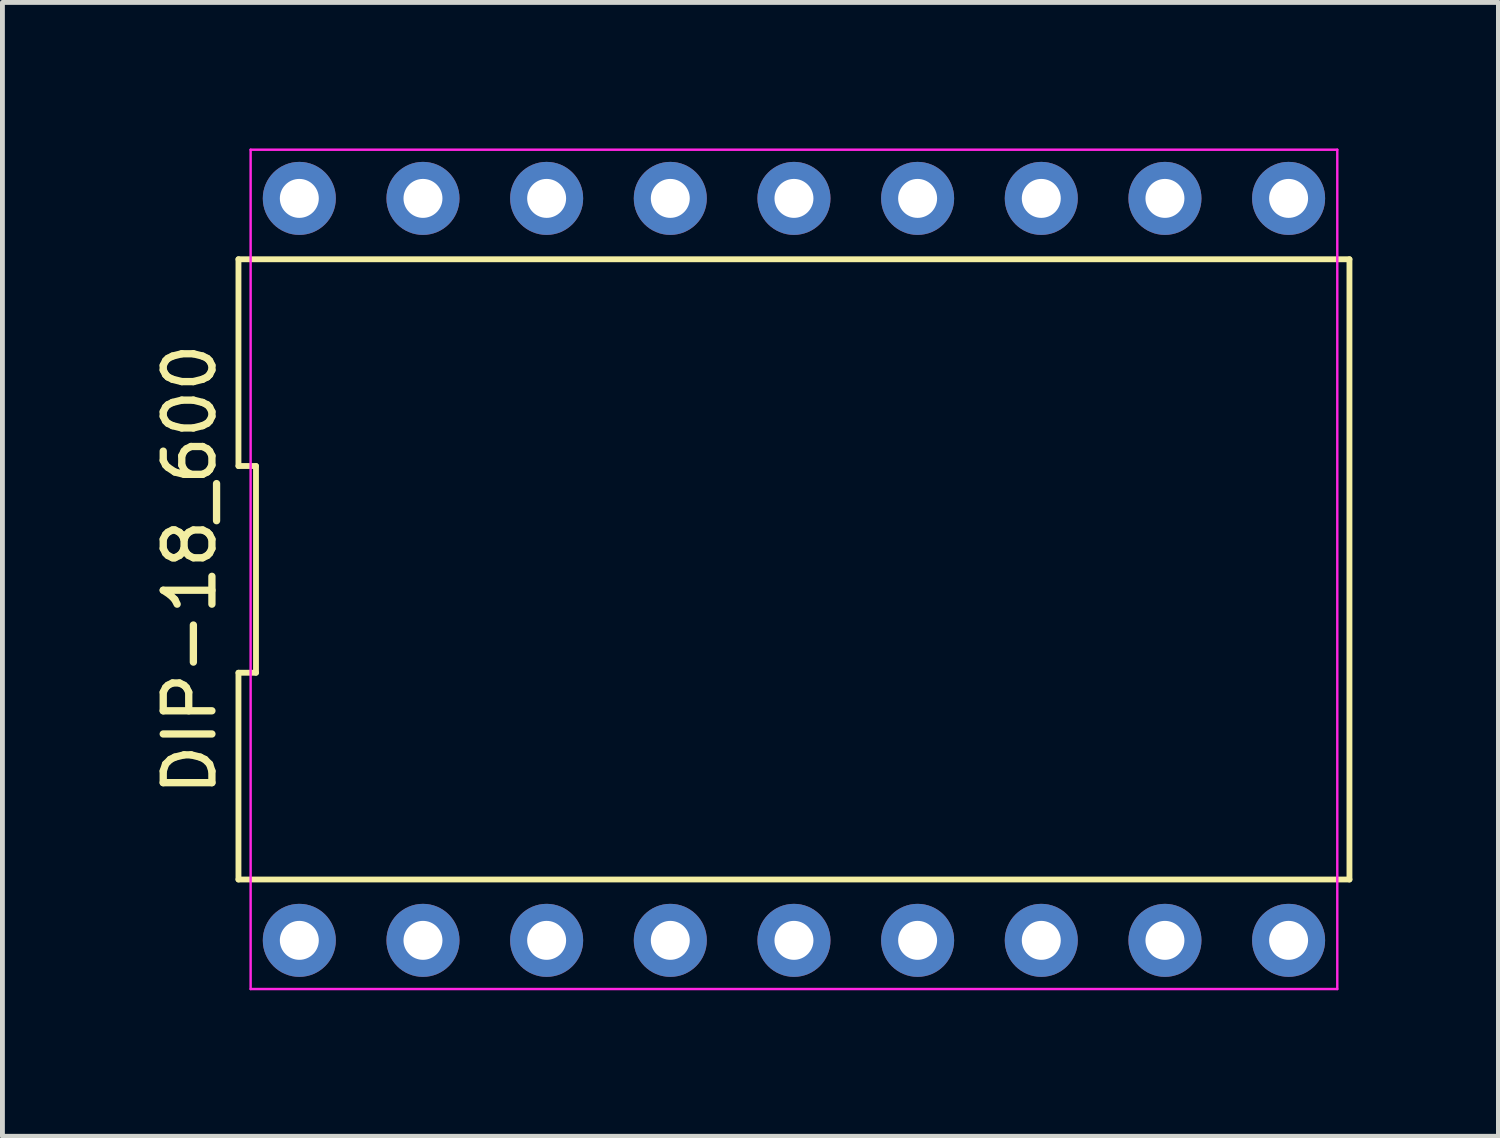
<source format=kicad_pcb>
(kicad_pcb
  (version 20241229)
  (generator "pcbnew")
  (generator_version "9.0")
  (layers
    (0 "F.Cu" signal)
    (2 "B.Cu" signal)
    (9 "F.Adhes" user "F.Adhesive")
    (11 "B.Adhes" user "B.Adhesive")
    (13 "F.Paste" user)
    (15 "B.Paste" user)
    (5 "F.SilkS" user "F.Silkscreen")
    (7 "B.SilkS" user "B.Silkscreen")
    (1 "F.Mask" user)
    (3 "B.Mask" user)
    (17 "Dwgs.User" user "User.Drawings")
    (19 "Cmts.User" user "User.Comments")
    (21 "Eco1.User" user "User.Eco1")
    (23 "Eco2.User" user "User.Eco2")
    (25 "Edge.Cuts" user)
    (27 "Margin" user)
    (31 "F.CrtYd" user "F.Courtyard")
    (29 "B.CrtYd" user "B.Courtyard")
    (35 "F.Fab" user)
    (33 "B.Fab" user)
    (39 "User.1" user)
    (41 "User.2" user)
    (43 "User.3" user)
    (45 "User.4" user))
  (footprint "DIP-18_600"
    (layer "F.Cu")
    (at 13.258 8.645)
    (property "Reference" "DIP-18_600" (at -12.41 0 90) (layer "F.SilkS") (effects (font (size 1 1) (thickness 0.15))))
    (attr through_hole)
    (fp_line (start -11.41 -6.37) (end -11.41 -2.123) (stroke (width 0.12) (type solid)) (layer "F.SilkS"))
    (fp_line (start -11.41 -2.123) (end -11.05 -2.123) (stroke (width 0.12) (type solid)) (layer "F.SilkS"))
    (fp_line (start -11.41 2.123) (end -11.41 6.37) (stroke (width 0.12) (type solid)) (layer "F.SilkS"))
    (fp_line (start -11.41 6.37) (end 11.41 6.37) (stroke (width 0.12) (type solid)) (layer "F.SilkS"))
    (fp_line (start -11.05 -2.123) (end -11.05 2.123) (stroke (width 0.12) (type solid)) (layer "F.SilkS"))
    (fp_line (start -11.05 2.123) (end -11.41 2.123) (stroke (width 0.12) (type solid)) (layer "F.SilkS"))
    (fp_line (start 11.41 -6.37) (end -11.41 -6.37) (stroke (width 0.12) (type solid)) (layer "F.SilkS"))
    (fp_line (start 11.41 6.37) (end 11.41 -6.37) (stroke (width 0.12) (type solid)) (layer "F.SilkS"))
    (fp_line (start -11.16 -8.62) (end 11.16 -8.62) (stroke (width 0.05) (type solid)) (layer "F.CrtYd"))
    (fp_line (start -11.16 8.62) (end -11.16 -8.62) (stroke (width 0.05) (type solid)) (layer "F.CrtYd"))
    (fp_line (start 11.16 -8.62) (end 11.16 8.62) (stroke (width 0.05) (type solid)) (layer "F.CrtYd"))
    (fp_line (start 11.16 8.62) (end -11.16 8.62) (stroke (width 0.05) (type solid)) (layer "F.CrtYd"))
    (pad "1" thru_hole circle (at -10.16 7.62) (size 1.5 1.5) (drill 0.8) (layers "*.Cu" "*.Mask"))
    (pad "2" thru_hole circle (at -7.62 7.62) (size 1.5 1.5) (drill 0.8) (layers "*.Cu" "*.Mask"))
    (pad "3" thru_hole circle (at -5.08 7.62) (size 1.5 1.5) (drill 0.8) (layers "*.Cu" "*.Mask"))
    (pad "4" thru_hole circle (at -2.54 7.62) (size 1.5 1.5) (drill 0.8) (layers "*.Cu" "*.Mask"))
    (pad "5" thru_hole circle (at 0 7.62) (size 1.5 1.5) (drill 0.8) (layers "*.Cu" "*.Mask"))
    (pad "6" thru_hole circle (at 2.54 7.62) (size 1.5 1.5) (drill 0.8) (layers "*.Cu" "*.Mask"))
    (pad "7" thru_hole circle (at 5.08 7.62) (size 1.5 1.5) (drill 0.8) (layers "*.Cu" "*.Mask"))
    (pad "8" thru_hole circle (at 7.62 7.62) (size 1.5 1.5) (drill 0.8) (layers "*.Cu" "*.Mask"))
    (pad "9" thru_hole circle (at 10.16 7.62) (size 1.5 1.5) (drill 0.8) (layers "*.Cu" "*.Mask"))
    (pad "10" thru_hole circle (at 10.16 -7.62) (size 1.5 1.5) (drill 0.8) (layers "*.Cu" "*.Mask"))
    (pad "11" thru_hole circle (at 7.62 -7.62) (size 1.5 1.5) (drill 0.8) (layers "*.Cu" "*.Mask"))
    (pad "12" thru_hole circle (at 5.08 -7.62) (size 1.5 1.5) (drill 0.8) (layers "*.Cu" "*.Mask"))
    (pad "13" thru_hole circle (at 2.54 -7.62) (size 1.5 1.5) (drill 0.8) (layers "*.Cu" "*.Mask"))
    (pad "14" thru_hole circle (at 0 -7.62) (size 1.5 1.5) (drill 0.8) (layers "*.Cu" "*.Mask"))
    (pad "15" thru_hole circle (at -2.54 -7.62) (size 1.5 1.5) (drill 0.8) (layers "*.Cu" "*.Mask"))
    (pad "16" thru_hole circle (at -5.08 -7.62) (size 1.5 1.5) (drill 0.8) (layers "*.Cu" "*.Mask"))
    (pad "17" thru_hole circle (at -7.62 -7.62) (size 1.5 1.5) (drill 0.8) (layers "*.Cu" "*.Mask"))
    (pad "18" thru_hole circle (at -10.16 -7.62) (size 1.5 1.5) (drill 0.8) (layers "*.Cu" "*.Mask")))
  (gr_rect
    (start -3 -3)
    (end 27.728 20.29)
    (stroke (width 0.1) (type default))
    (fill no)
    (layer "Edge.Cuts")))
</source>
